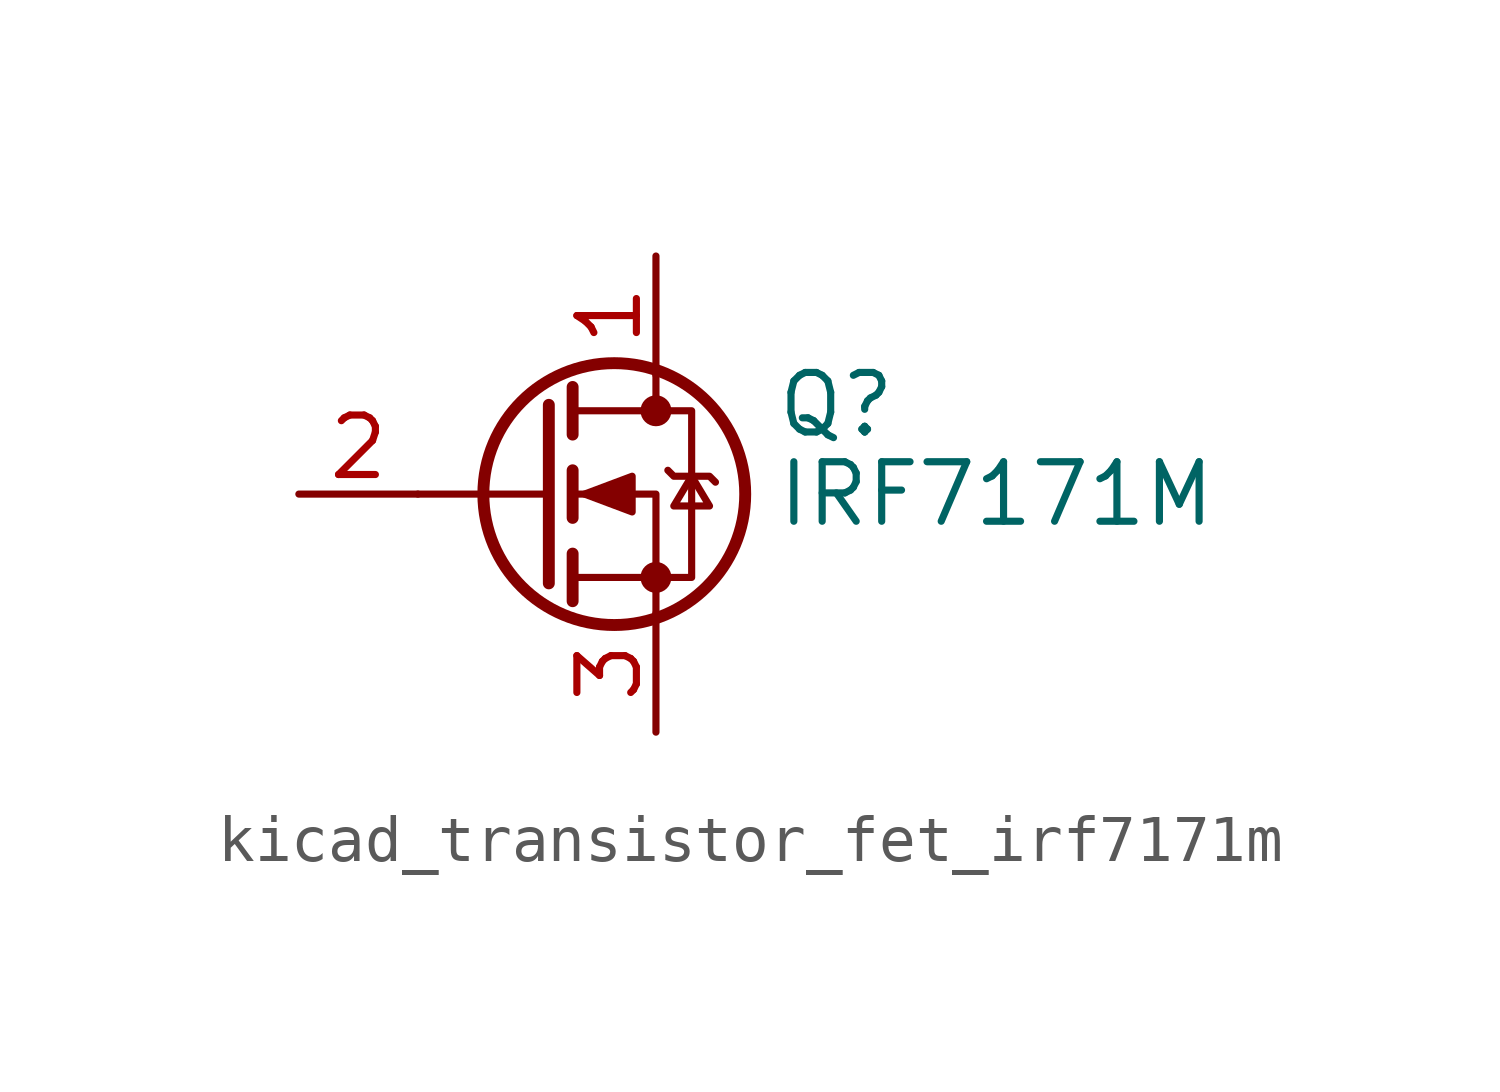
<source format=kicad_sym>
(kicad_symbol_lib
  (version 20220914)
  (generator kicad_symbol_editor)
  (symbol "kicad_transistor_fet_irf7171m"
    (pin_names hide)
    (property "Reference" "Q"
      (at 5.08 1.905 0)
      (effects (font (size 1.27 1.27)) (justify left)))
    (property "Value" "IRF7171M"
      (at 5.08 0 0)
      (effects (font (size 1.27 1.27)) (justify left)))
    (symbol "kicad_transistor_fet_irf7171m_0_1"
      (polyline (pts (xy 0.254 0) (xy -2.54 0)) (stroke (width 0) (type default)) (fill (type none)))
      (polyline (pts (xy 0.254 1.905) (xy 0.254 -1.905)) (stroke (width 0.254) (type default)) (fill (type none)))
      (polyline (pts (xy 0.762 -1.27) (xy 0.762 -2.286)) (stroke (width 0.254) (type default)) (fill (type none)))
      (polyline (pts (xy 0.762 0.508) (xy 0.762 -0.508)) (stroke (width 0.254) (type default)) (fill (type none)))
      (polyline (pts (xy 0.762 2.286) (xy 0.762 1.27)) (stroke (width 0.254) (type default)) (fill (type none)))
      (polyline (pts (xy 2.54 2.54) (xy 2.54 1.778)) (stroke (width 0) (type default)) (fill (type none)))
      (polyline (pts (xy 2.54 -2.54) (xy 2.54 0) (xy 0.762 0)) (stroke (width 0) (type default)) (fill (type none)))
      (polyline (pts (xy 0.762 -1.778) (xy 3.302 -1.778) (xy 3.302 1.778) (xy 0.762 1.778)) (stroke (width 0) (type default)) (fill (type none)))
      (polyline (pts (xy 1.016 0) (xy 2.032 0.381) (xy 2.032 -0.381) (xy 1.016 0)) (stroke (width 0) (type default)) (fill (type outline)))
      (polyline (pts (xy 2.794 0.508) (xy 2.921 0.381) (xy 3.683 0.381) (xy 3.81 0.254)) (stroke (width 0) (type default)) (fill (type none)))
      (polyline (pts (xy 3.302 0.381) (xy 2.921 -0.254) (xy 3.683 -0.254) (xy 3.302 0.381)) (stroke (width 0) (type default)) (fill (type none)))
      (circle (center 1.651 0) (radius 2.794) (stroke (width 0.254) (type default)) (fill (type none)))
      (circle (center 2.54 -1.778) (radius 0.254) (stroke (width 0) (type default)) (fill (type outline)))
      (circle (center 2.54 1.778) (radius 0.254) (stroke (width 0) (type default)) (fill (type outline))))
    (symbol "kicad_transistor_fet_irf7171m_1_1"
      (pin passive line (at 2.54 5.08 270) (length 2.54) (name "D" (effects (font (size 1.27 1.27)))) (number "1" (effects (font (size 1.27 1.27)))))
      (pin input line (at -5.08 0 0) (length 2.54) (name "G" (effects (font (size 1.27 1.27)))) (number "2" (effects (font (size 1.27 1.27)))))
      (pin passive line (at 2.54 -5.08 90) (length 2.54) (name "S" (effects (font (size 1.27 1.27)))) (number "3" (effects (font (size 1.27 1.27))))))))
</source>
